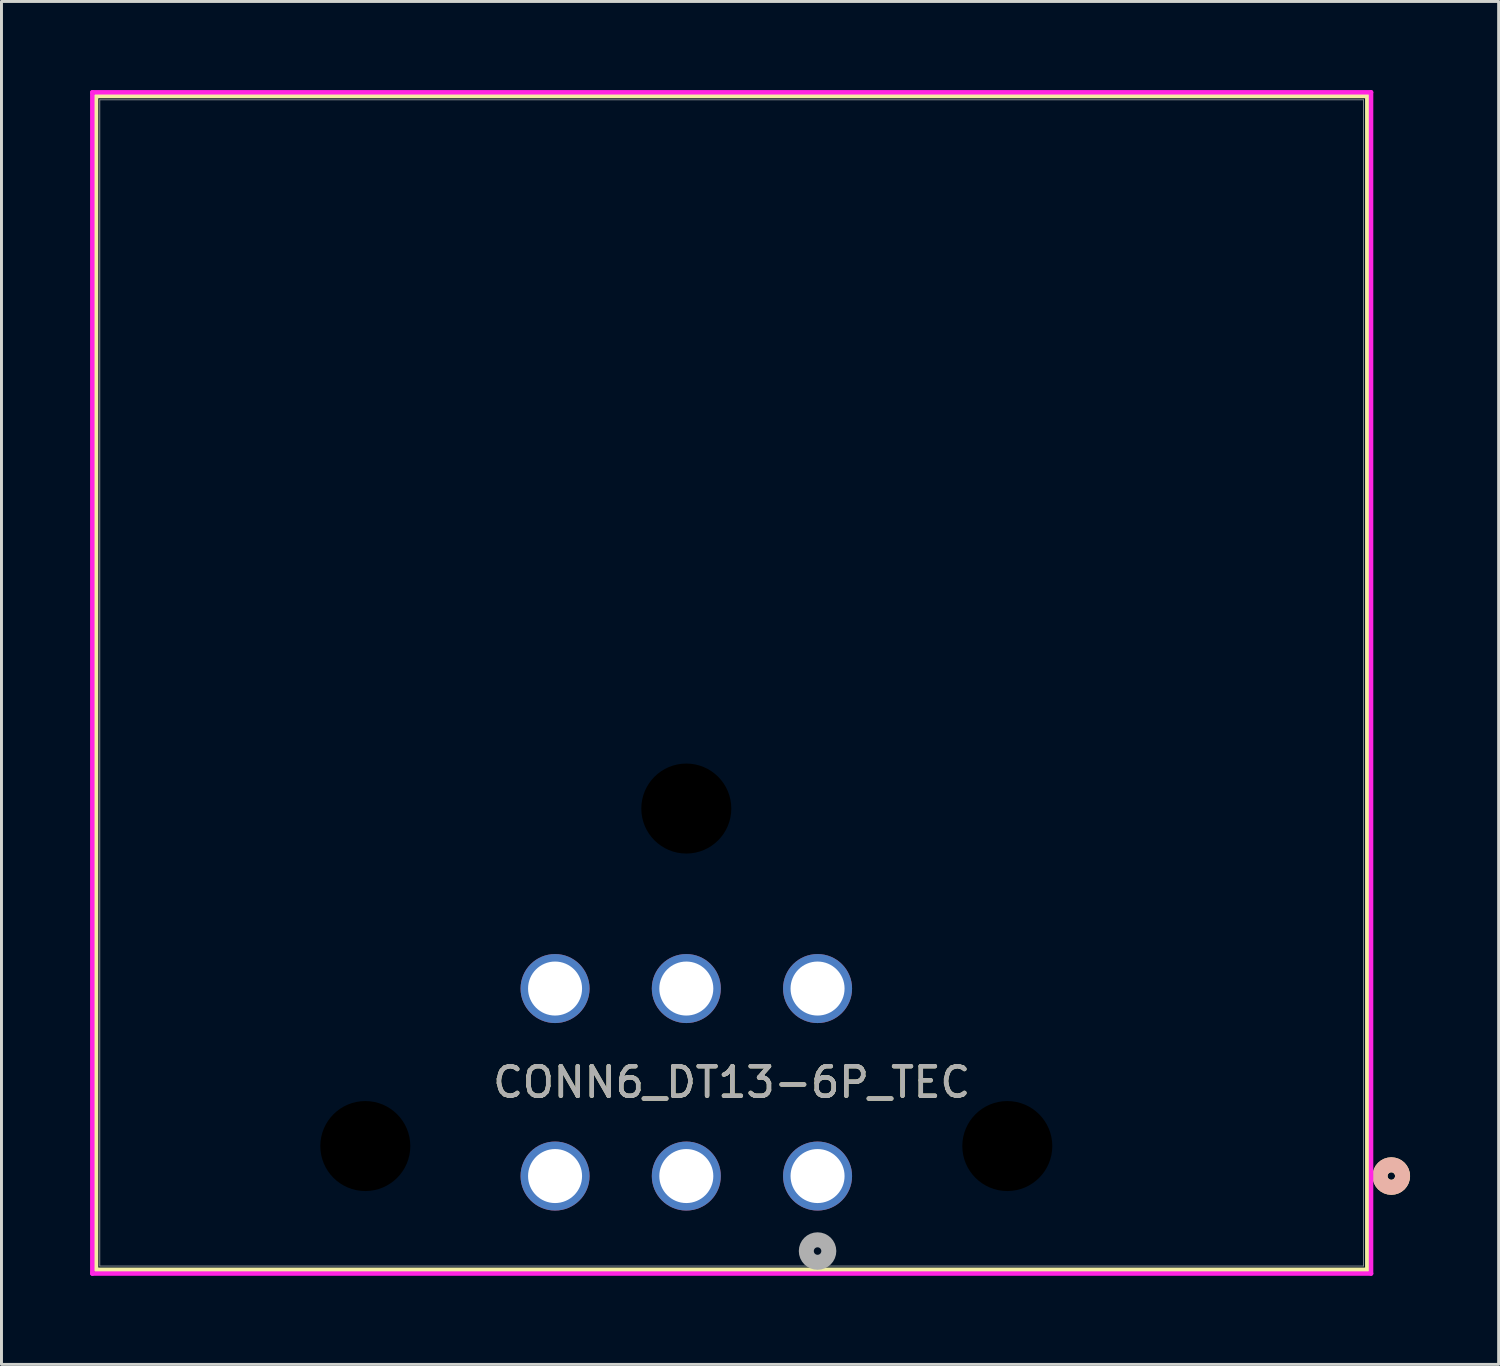
<source format=kicad_pcb>
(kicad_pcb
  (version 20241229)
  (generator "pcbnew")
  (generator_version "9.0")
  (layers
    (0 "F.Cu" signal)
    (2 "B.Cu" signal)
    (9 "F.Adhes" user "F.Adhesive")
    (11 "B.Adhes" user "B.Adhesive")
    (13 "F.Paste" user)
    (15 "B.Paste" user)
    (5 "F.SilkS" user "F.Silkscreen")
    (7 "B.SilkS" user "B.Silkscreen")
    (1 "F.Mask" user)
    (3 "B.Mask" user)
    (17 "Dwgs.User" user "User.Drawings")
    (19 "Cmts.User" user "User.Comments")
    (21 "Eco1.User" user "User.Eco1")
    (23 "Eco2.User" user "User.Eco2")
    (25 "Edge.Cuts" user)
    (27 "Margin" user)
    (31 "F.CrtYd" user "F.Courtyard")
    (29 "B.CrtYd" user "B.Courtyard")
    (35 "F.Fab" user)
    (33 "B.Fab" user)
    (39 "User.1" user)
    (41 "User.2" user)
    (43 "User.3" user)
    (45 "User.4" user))
  (footprint "CONN6_DT13-6P_TEC"
    (layer "F.Cu")
    (at 24.638 36.779)
    (property "Reference" "CONN6_DT13-6P_TEC" (at -2.908 -3.175 0) (unlocked yes) (layer "F.SilkS") (effects (font (size 1 1) (thickness 0.15))))
    (attr through_hole)
    (fp_line (start -24.435 -36.576) (end -24.435 3.175) (stroke (width 0.152) (type solid)) (layer "F.SilkS"))
    (fp_line (start -24.435 3.175) (end 18.618 3.175) (stroke (width 0.152) (type solid)) (layer "F.SilkS"))
    (fp_line (start 18.618 -36.576) (end -24.435 -36.576) (stroke (width 0.152) (type solid)) (layer "F.SilkS"))
    (fp_line (start 18.618 3.175) (end 18.618 -36.576) (stroke (width 0.152) (type solid)) (layer "F.SilkS"))
    (fp_circle (center 19.431 0) (end 19.812 0) (stroke (width 0.508) (type solid)) (fill no) (layer "F.SilkS"))
    (fp_circle (center 19.431 0) (end 19.812 0) (stroke (width 0.508) (type solid)) (fill no) (layer "B.SilkS"))
    (fp_line (start -24.562 -36.703) (end -24.562 3.302) (stroke (width 0.152) (type solid)) (layer "F.CrtYd"))
    (fp_line (start -24.562 3.302) (end 18.745 3.302) (stroke (width 0.152) (type solid)) (layer "F.CrtYd"))
    (fp_line (start 18.745 -36.703) (end -24.562 -36.703) (stroke (width 0.152) (type solid)) (layer "F.CrtYd"))
    (fp_line (start 18.745 3.302) (end 18.745 -36.703) (stroke (width 0.152) (type solid)) (layer "F.CrtYd"))
    (fp_line (start -24.308 -36.449) (end -24.308 3.048) (stroke (width 0.025) (type solid)) (layer "F.Fab"))
    (fp_line (start -24.308 3.048) (end 18.491 3.048) (stroke (width 0.025) (type solid)) (layer "F.Fab"))
    (fp_line (start 18.491 -36.449) (end -24.308 -36.449) (stroke (width 0.025) (type solid)) (layer "F.Fab"))
    (fp_line (start 18.491 3.048) (end 18.491 -36.449) (stroke (width 0.025) (type solid)) (layer "F.Fab"))
    (fp_circle (center 0 2.54) (end 0.381 2.54) (stroke (width 0.508) (type solid)) (fill no) (layer "F.Fab"))
    (fp_text user "${REFERENCE}" (at -2.908 -3.175 0) (unlocked yes) (layer "F.Fab") (effects (font (size 1 1) (thickness 0.15))))
    (pad "" np_thru_hole circle (at -15.316 -1.016) (size 3.048 3.048) (drill 3.048) (layers))
    (pad "" np_thru_hole circle (at -4.445 -12.446) (size 3.048 3.048) (drill 3.048) (layers))
    (pad "" np_thru_hole circle (at 6.426 -1.016) (size 3.048 3.048) (drill 3.048) (layers))
    (pad "1" thru_hole circle (at 0 0) (size 2.337 2.337) (drill 1.829) (layers "*.Cu" "*.Mask"))
    (pad "2" thru_hole circle (at -4.445 0) (size 2.337 2.337) (drill 1.829) (layers "*.Cu" "*.Mask"))
    (pad "3" thru_hole circle (at -8.89 0) (size 2.337 2.337) (drill 1.829) (layers "*.Cu" "*.Mask"))
    (pad "4" thru_hole circle (at -8.89 -6.35) (size 2.337 2.337) (drill 1.829) (layers "*.Cu" "*.Mask"))
    (pad "5" thru_hole circle (at -4.445 -6.35) (size 2.337 2.337) (drill 1.829) (layers "*.Cu" "*.Mask"))
    (pad "6" thru_hole circle (at 0 -6.35) (size 2.337 2.337) (drill 1.829) (layers "*.Cu" "*.Mask")))
  (gr_rect
    (start -3 -3)
    (end 47.704 43.157)
    (stroke (width 0.1) (type default))
    (fill no)
    (layer "Edge.Cuts")))
</source>
